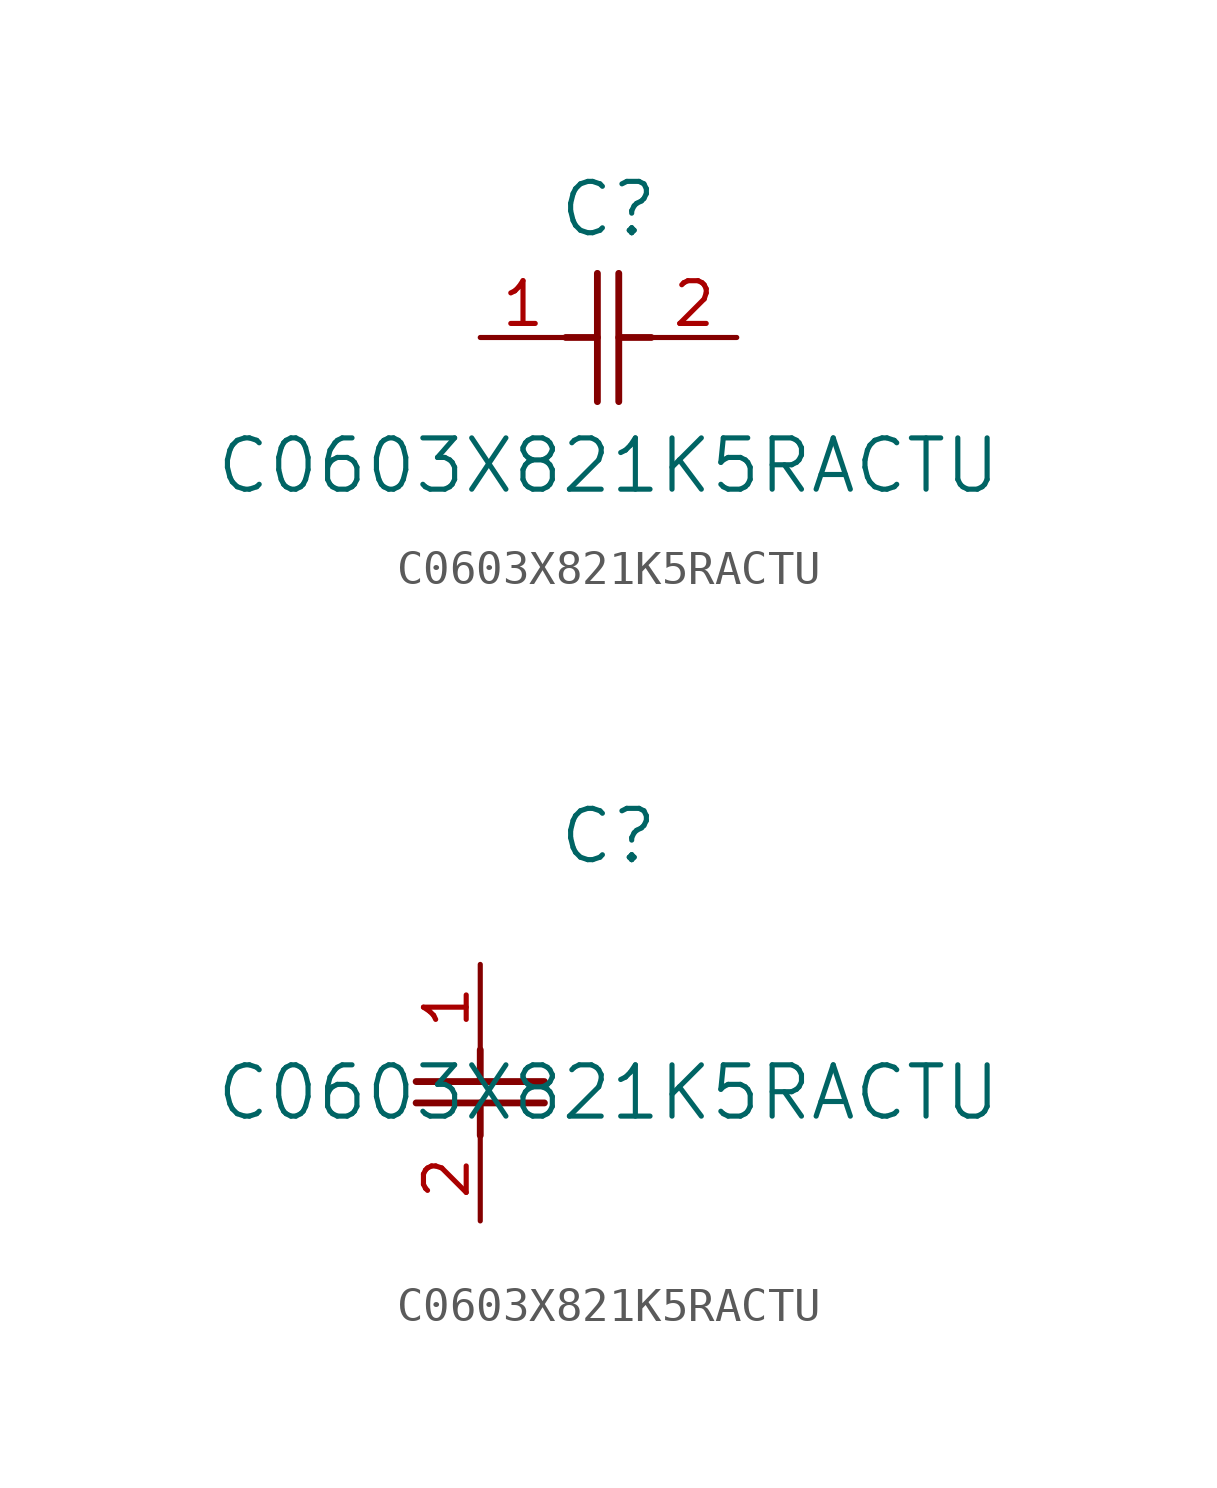
<source format=kicad_sym>
(kicad_symbol_lib
  (version 20211014)
  (generator kicad_symbol_editor)
  (symbol "C0603X821K5RACTU"
    (pin_names
      (offset 0.254))
    (property "Reference" "C"
      (at 3.81 3.81 0)
      (effects (font (size 1.524 1.524))))
    (property "Value" "C0603X821K5RACTU"
      (at 3.81 -3.81 0)
      (effects (font (size 1.524 1.524))))
    (symbol "C0603X821K5RACTU_1_1"
      (polyline (pts (xy 3.48 -1.905) (xy 3.48 1.905)) (stroke (width 0.203) (type default) (color 0 0 0 0)) (fill (type none)))
      (polyline (pts (xy 4.115 -1.905) (xy 4.115 1.905)) (stroke (width 0.203) (type default) (color 0 0 0 0)) (fill (type none)))
      (polyline (pts (xy 4.115 0) (xy 5.08 0)) (stroke (width 0.203) (type default) (color 0 0 0 0)) (fill (type none)))
      (polyline (pts (xy 2.54 0) (xy 3.48 0)) (stroke (width 0.203) (type default) (color 0 0 0 0)) (fill (type none)))
      (pin unspecified line (at 0 0 0) (length 2.54) (name "" (effects (font (size 1.27 1.27)))) (number "1" (effects (font (size 1.27 1.27)))))
      (pin unspecified line (at 7.62 0 180) (length 2.54) (name "" (effects (font (size 1.27 1.27)))) (number "2" (effects (font (size 1.27 1.27))))))
    (symbol "C0603X821K5RACTU_1_2"
      (polyline (pts (xy -1.905 -3.48) (xy 1.905 -3.48)) (stroke (width 0.203) (type default) (color 0 0 0 0)) (fill (type none)))
      (polyline (pts (xy -1.905 -4.115) (xy 1.905 -4.115)) (stroke (width 0.203) (type default) (color 0 0 0 0)) (fill (type none)))
      (polyline (pts (xy 0 -4.115) (xy 0 -5.08)) (stroke (width 0.203) (type default) (color 0 0 0 0)) (fill (type none)))
      (polyline (pts (xy 0 -2.54) (xy 0 -3.48)) (stroke (width 0.203) (type default) (color 0 0 0 0)) (fill (type none)))
      (pin unspecified line (at 0 0 270) (length 2.54) (name "" (effects (font (size 1.27 1.27)))) (number "1" (effects (font (size 1.27 1.27)))))
      (pin unspecified line (at 0 -7.62 90) (length 2.54) (name "" (effects (font (size 1.27 1.27)))) (number "2" (effects (font (size 1.27 1.27))))))))
</source>
